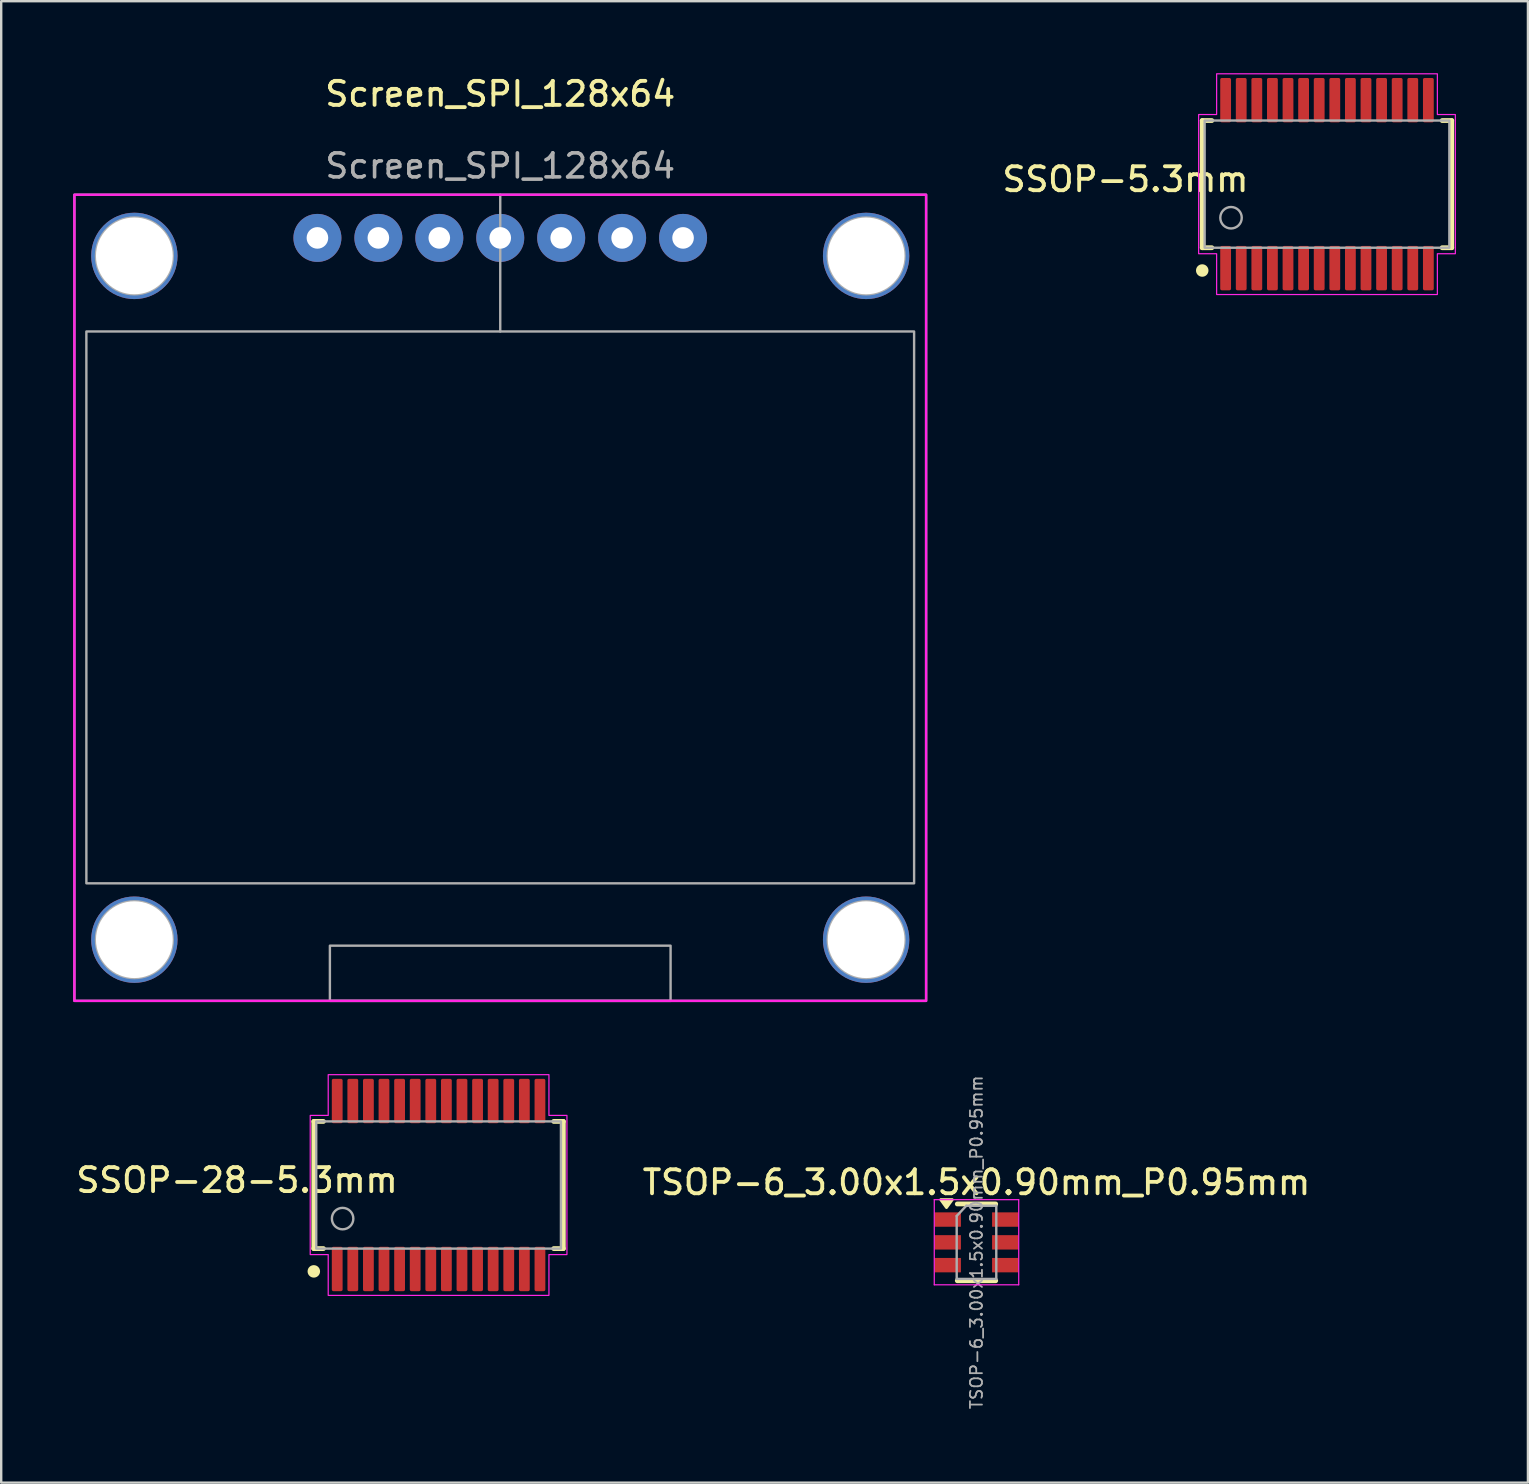
<source format=kicad_pcb>
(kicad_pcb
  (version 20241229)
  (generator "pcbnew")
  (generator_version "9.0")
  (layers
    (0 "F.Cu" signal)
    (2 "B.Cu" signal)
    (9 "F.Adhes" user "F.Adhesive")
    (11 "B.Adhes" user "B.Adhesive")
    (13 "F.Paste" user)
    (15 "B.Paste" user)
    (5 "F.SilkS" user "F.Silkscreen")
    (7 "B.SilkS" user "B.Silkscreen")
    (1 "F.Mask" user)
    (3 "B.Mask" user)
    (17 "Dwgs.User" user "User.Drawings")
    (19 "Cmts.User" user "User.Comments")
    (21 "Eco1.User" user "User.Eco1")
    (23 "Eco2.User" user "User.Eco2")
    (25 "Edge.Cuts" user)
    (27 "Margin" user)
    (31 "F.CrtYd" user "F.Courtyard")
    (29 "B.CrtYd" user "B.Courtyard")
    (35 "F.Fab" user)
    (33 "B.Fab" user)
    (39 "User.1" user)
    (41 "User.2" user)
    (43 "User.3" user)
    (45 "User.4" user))
  (footprint "Screen_SPI_128x64"
    (layer "F.Cu")
    (at 17.8 21.866)
    (property "Reference" "Screen_SPI_128x64" (at 0 -21 0) (unlocked yes) (layer "F.SilkS") (effects (font (size 1 1) (thickness 0.16))))
    (attr through_hole)
    (fp_rect (start -17.75 -16.8) (end 17.75 16.8) (stroke (width 0.1) (type solid)) (fill no) (layer "F.CrtYd"))
    (fp_line (start 0 -16.8) (end 0 -11.1) (stroke (width 0.1) (type solid)) (layer "F.Fab"))
    (fp_rect (start -17.75 -16.8) (end 17.75 16.8) (stroke (width 0.1) (type solid)) (fill no) (layer "F.Fab"))
    (fp_rect (start -17.25 -11.1) (end 17.25 11.9) (stroke (width 0.1) (type solid)) (fill no) (layer "F.Fab"))
    (fp_rect (start -7.1 14.5) (end 7.1 16.8) (stroke (width 0.1) (type solid)) (fill no) (layer "F.Fab"))
    (fp_circle (center -15.25 -14.25) (end -13.65 -14.25) (stroke (width 0.1) (type solid)) (fill no) (layer "F.Fab"))
    (fp_circle (center -15.25 14.25) (end -13.65 14.25) (stroke (width 0.1) (type solid)) (fill no) (layer "F.Fab"))
    (fp_circle (center 15.25 -14.25) (end 16.85 -14.25) (stroke (width 0.1) (type solid)) (fill no) (layer "F.Fab"))
    (fp_circle (center 15.25 14.25) (end 16.85 14.25) (stroke (width 0.1) (type solid)) (fill no) (layer "F.Fab"))
    (fp_text user "${REFERENCE}" (at 0 -18 0) (unlocked yes) (layer "F.Fab") (effects (font (size 1 1) (thickness 0.15))))
    (pad "1" thru_hole circle (at -7.62 -15) (size 2 2) (drill 0.9) (layers "*.Cu" "*.Mask"))
    (pad "2" thru_hole circle (at -5.08 -15) (size 2 2) (drill 0.9) (layers "*.Cu" "*.Mask"))
    (pad "3" thru_hole circle (at -2.54 -15) (size 2 2) (drill 0.9) (layers "*.Cu" "*.Mask"))
    (pad "4" thru_hole circle (at 0 -15) (size 2 2) (drill 0.9) (layers "*.Cu" "*.Mask"))
    (pad "5" thru_hole circle (at 2.54 -15) (size 2 2) (drill 0.9) (layers "*.Cu" "*.Mask"))
    (pad "6" thru_hole circle (at 5.08 -15) (size 2 2) (drill 0.9) (layers "*.Cu" "*.Mask"))
    (pad "7" thru_hole circle (at 7.62 -15) (size 2 2) (drill 0.9) (layers "*.Cu" "*.Mask"))
    (pad "8" thru_hole circle (at -15.25 -14.25) (size 3.6 3.6) (drill 3.2) (property pad_prop_castellated) (layers "*.Cu" "*.Mask"))
    (pad "9" thru_hole circle (at 15.25 -14.25) (size 3.6 3.6) (drill 3.2) (property pad_prop_castellated) (layers "*.Cu" "*.Mask"))
    (pad "10" thru_hole circle (at -15.25 14.25) (size 3.6 3.6) (drill 3.2) (property pad_prop_castellated) (layers "*.Cu" "*.Mask"))
    (pad "11" thru_hole circle (at 15.25 14.25) (size 3.6 3.6) (drill 3.2) (property pad_prop_castellated) (layers "*.Cu" "*.Mask")))
  (footprint "TSOP-6_3.00x1.5x0.90mm_P0.95mm"
    (layer "F.Cu")
    (at 37.65 48.731)
    (property "Reference" "TSOP-6_3.00x1.5x0.90mm_P0.95mm" (at 0 -2.5 0) (layer "F.SilkS") (effects (font (size 1 1) (thickness 0.16))))
    (attr smd)
    (fp_line (start -0.8 -1.6) (end 0.8 -1.6) (stroke (width 0.2) (type solid)) (layer "F.SilkS"))
    (fp_line (start -0.8 1.6) (end 0.8 1.6) (stroke (width 0.2) (type solid)) (layer "F.SilkS"))
    (fp_poly (pts (xy -1.25 -1.45) (xy -1.49 -1.78) (xy -1.01 -1.78) (xy -1.25 -1.45)) (stroke (width 0.12) (type solid)) (fill yes) (layer "F.SilkS"))
    (fp_line (start -1.76 -1.78) (end -1.76 1.77) (stroke (width 0.05) (type solid)) (layer "F.CrtYd"))
    (fp_line (start -1.76 -1.78) (end 1.76 -1.78) (stroke (width 0.05) (type solid)) (layer "F.CrtYd"))
    (fp_line (start 1.76 1.77) (end -1.76 1.77) (stroke (width 0.05) (type solid)) (layer "F.CrtYd"))
    (fp_line (start 1.76 1.77) (end 1.76 -1.78) (stroke (width 0.05) (type solid)) (layer "F.CrtYd"))
    (fp_line (start -0.825 -1.1) (end -0.825 1.525) (stroke (width 0.1) (type solid)) (layer "F.Fab"))
    (fp_line (start -0.825 -1.1) (end -0.425 -1.525) (stroke (width 0.1) (type solid)) (layer "F.Fab"))
    (fp_line (start 0.825 -1.525) (end -0.425 -1.525) (stroke (width 0.1) (type solid)) (layer "F.Fab"))
    (fp_line (start 0.825 -1.525) (end 0.825 1.525) (stroke (width 0.1) (type solid)) (layer "F.Fab"))
    (fp_line (start 0.825 1.525) (end -0.825 1.525) (stroke (width 0.1) (type solid)) (layer "F.Fab"))
    (fp_text user "${REFERENCE}" (at 0 0 90) (layer "F.Fab") (effects (font (size 0.5 0.5) (thickness 0.075))))
    (pad "1" smd rect (at -1.2 -0.95) (size 1.1 0.6) (layers "F.Cu" "F.Mask" "F.Paste"))
    (pad "2" smd rect (at -1.2 0) (size 1.1 0.6) (layers "F.Cu" "F.Mask" "F.Paste"))
    (pad "3" smd rect (at -1.2 0.95) (size 1.1 0.6) (layers "F.Cu" "F.Mask" "F.Paste"))
    (pad "4" smd rect (at 1.2 0.95) (size 1.1 0.6) (layers "F.Cu" "F.Mask" "F.Paste"))
    (pad "5" smd rect (at 1.2 0) (size 1.1 0.6) (layers "F.Cu" "F.Mask" "F.Paste"))
    (pad "6" smd rect (at 1.2 -0.95) (size 1.1 0.6) (layers "F.Cu" "F.Mask" "F.Paste")))
  (footprint "SSOP-5.3mm"
    (layer "F.Cu")
    (at 52.259 4.625)
    (property "Reference" "SSOP-5.3mm" (at -8.4 -0.2 0) (unlocked yes) (layer "F.SilkS") (effects (font (size 1 1) (thickness 0.16))))
    (attr smd)
    (fp_line (start -5.2 -2.65) (end -4.8 -2.65) (stroke (width 0.2) (type solid)) (layer "F.SilkS"))
    (fp_line (start -5.2 2.65) (end -5.2 -2.65) (stroke (width 0.2) (type solid)) (layer "F.SilkS"))
    (fp_line (start -5.2 2.65) (end -4.8 2.65) (stroke (width 0.2) (type solid)) (layer "F.SilkS"))
    (fp_line (start 4.8 -2.65) (end 5.2 -2.65) (stroke (width 0.2) (type solid)) (layer "F.SilkS"))
    (fp_line (start 4.8 2.65) (end 5.2 2.65) (stroke (width 0.2) (type solid)) (layer "F.SilkS"))
    (fp_line (start 5.2 2.65) (end 5.2 -2.65) (stroke (width 0.2) (type solid)) (layer "F.SilkS"))
    (fp_circle (center -5.2 3.6) (end -5.04 3.6) (stroke (width 0.2) (type solid)) (fill yes) (layer "F.SilkS"))
    (fp_poly (pts (xy -5.35 -2.9) (xy -4.6 -2.9) (xy -4.6 -4.6) (xy 4.6 -4.6) (xy 4.6 -2.9) (xy 5.35 -2.9) (xy 5.35 2.9) (xy 4.6 2.9) (xy 4.6 4.6) (xy -4.6 4.6) (xy -4.6 2.9) (xy -5.35 2.9)) (stroke (width 0.05) (type solid)) (fill no) (layer "F.CrtYd"))
    (fp_rect (start -5.1 -2.65) (end 5.1 2.65) (stroke (width 0.1) (type solid)) (fill no) (layer "F.Fab"))
    (fp_circle (center -4 1.4) (end -4.4 1.6) (stroke (width 0.1) (type default)) (fill no) (layer "F.Fab"))
    (pad "1" smd roundrect (at -4.225 3.5) (size 0.45 1.85) (layers "F.Cu" "F.Mask" "F.Paste") (roundrect_rratio 0.15))
    (pad "2" smd roundrect (at -3.575 3.5) (size 0.45 1.85) (layers "F.Cu" "F.Mask" "F.Paste") (roundrect_rratio 0.15))
    (pad "3" smd roundrect (at -2.925 3.5) (size 0.45 1.85) (layers "F.Cu" "F.Mask" "F.Paste") (roundrect_rratio 0.15))
    (pad "4" smd roundrect (at -2.275 3.5) (size 0.45 1.85) (layers "F.Cu" "F.Mask" "F.Paste") (roundrect_rratio 0.15))
    (pad "5" smd roundrect (at -1.625 3.5) (size 0.45 1.85) (layers "F.Cu" "F.Mask" "F.Paste") (roundrect_rratio 0.15))
    (pad "6" smd roundrect (at -0.975 3.5) (size 0.45 1.85) (layers "F.Cu" "F.Mask" "F.Paste") (roundrect_rratio 0.15))
    (pad "7" smd roundrect (at -0.325 3.5) (size 0.45 1.85) (layers "F.Cu" "F.Mask" "F.Paste") (roundrect_rratio 0.15))
    (pad "8" smd roundrect (at 0.325 3.5) (size 0.45 1.85) (layers "F.Cu" "F.Mask" "F.Paste") (roundrect_rratio 0.15))
    (pad "9" smd roundrect (at 0.975 3.5) (size 0.45 1.85) (layers "F.Cu" "F.Mask" "F.Paste") (roundrect_rratio 0.15))
    (pad "10" smd roundrect (at 1.625 3.5) (size 0.45 1.85) (layers "F.Cu" "F.Mask" "F.Paste") (roundrect_rratio 0.15))
    (pad "11" smd roundrect (at 2.275 3.5) (size 0.45 1.85) (layers "F.Cu" "F.Mask" "F.Paste") (roundrect_rratio 0.15))
    (pad "12" smd roundrect (at 2.925 3.5) (size 0.45 1.85) (layers "F.Cu" "F.Mask" "F.Paste") (roundrect_rratio 0.15))
    (pad "13" smd roundrect (at 3.575 3.5) (size 0.45 1.85) (layers "F.Cu" "F.Mask" "F.Paste") (roundrect_rratio 0.15))
    (pad "14" smd roundrect (at 4.225 3.5) (size 0.45 1.85) (layers "F.Cu" "F.Mask" "F.Paste") (roundrect_rratio 0.15))
    (pad "15" smd roundrect (at 4.225 -3.5) (size 0.45 1.85) (layers "F.Cu" "F.Mask" "F.Paste") (roundrect_rratio 0.15))
    (pad "16" smd roundrect (at 3.575 -3.5) (size 0.45 1.85) (layers "F.Cu" "F.Mask" "F.Paste") (roundrect_rratio 0.15))
    (pad "17" smd roundrect (at 2.925 -3.5) (size 0.45 1.85) (layers "F.Cu" "F.Mask" "F.Paste") (roundrect_rratio 0.15))
    (pad "18" smd roundrect (at 2.275 -3.5) (size 0.45 1.85) (layers "F.Cu" "F.Mask" "F.Paste") (roundrect_rratio 0.15))
    (pad "19" smd roundrect (at 1.625 -3.5) (size 0.45 1.85) (layers "F.Cu" "F.Mask" "F.Paste") (roundrect_rratio 0.15))
    (pad "20" smd roundrect (at 0.975 -3.5) (size 0.45 1.85) (layers "F.Cu" "F.Mask" "F.Paste") (roundrect_rratio 0.15))
    (pad "21" smd roundrect (at 0.325 -3.5) (size 0.45 1.85) (layers "F.Cu" "F.Mask" "F.Paste") (roundrect_rratio 0.15))
    (pad "22" smd roundrect (at -0.325 -3.5) (size 0.45 1.85) (layers "F.Cu" "F.Mask" "F.Paste") (roundrect_rratio 0.15))
    (pad "23" smd roundrect (at -0.975 -3.5) (size 0.45 1.85) (layers "F.Cu" "F.Mask" "F.Paste") (roundrect_rratio 0.15))
    (pad "24" smd roundrect (at -1.625 -3.5) (size 0.45 1.85) (layers "F.Cu" "F.Mask" "F.Paste") (roundrect_rratio 0.15))
    (pad "25" smd roundrect (at -2.275 -3.5) (size 0.45 1.85) (layers "F.Cu" "F.Mask" "F.Paste") (roundrect_rratio 0.15))
    (pad "26" smd roundrect (at -2.925 -3.5) (size 0.45 1.85) (layers "F.Cu" "F.Mask" "F.Paste") (roundrect_rratio 0.15))
    (pad "27" smd roundrect (at -3.575 -3.5) (size 0.45 1.85) (layers "F.Cu" "F.Mask" "F.Paste") (roundrect_rratio 0.15))
    (pad "28" smd roundrect (at -4.225 -3.5) (size 0.45 1.85) (layers "F.Cu" "F.Mask" "F.Paste") (roundrect_rratio 0.15)))
  (footprint "SSOP-28-5.3mm"
    (layer "F.Cu")
    (at 15.23 46.341)
    (property "Reference" "SSOP-28-5.3mm" (at -8.4 -0.2 0) (unlocked yes) (layer "F.SilkS") (effects (font (size 1 1) (thickness 0.16))))
    (attr smd)
    (fp_line (start -5.2 -2.65) (end -4.8 -2.65) (stroke (width 0.2) (type solid)) (layer "F.SilkS"))
    (fp_line (start -5.2 2.65) (end -5.2 -2.65) (stroke (width 0.2) (type solid)) (layer "F.SilkS"))
    (fp_line (start -5.2 2.65) (end -4.8 2.65) (stroke (width 0.2) (type solid)) (layer "F.SilkS"))
    (fp_line (start 4.8 -2.65) (end 5.2 -2.65) (stroke (width 0.2) (type solid)) (layer "F.SilkS"))
    (fp_line (start 4.8 2.65) (end 5.2 2.65) (stroke (width 0.2) (type solid)) (layer "F.SilkS"))
    (fp_line (start 5.2 2.65) (end 5.2 -2.65) (stroke (width 0.2) (type solid)) (layer "F.SilkS"))
    (fp_circle (center -5.2 3.6) (end -5.04 3.6) (stroke (width 0.2) (type solid)) (fill yes) (layer "F.SilkS"))
    (fp_poly (pts (xy -5.35 -2.9) (xy -4.6 -2.9) (xy -4.6 -4.6) (xy 4.6 -4.6) (xy 4.6 -2.9) (xy 5.35 -2.9) (xy 5.35 2.9) (xy 4.6 2.9) (xy 4.6 4.6) (xy -4.6 4.6) (xy -4.6 2.9) (xy -5.35 2.9)) (stroke (width 0.05) (type solid)) (fill no) (layer "F.CrtYd"))
    (fp_rect (start -5.1 -2.65) (end 5.1 2.65) (stroke (width 0.1) (type solid)) (fill no) (layer "F.Fab"))
    (fp_circle (center -4 1.4) (end -4.4 1.6) (stroke (width 0.1) (type default)) (fill no) (layer "F.Fab"))
    (pad "1" smd roundrect (at -4.225 3.5) (size 0.45 1.85) (layers "F.Cu" "F.Mask" "F.Paste") (roundrect_rratio 0.15))
    (pad "2" smd roundrect (at -3.575 3.5) (size 0.45 1.85) (layers "F.Cu" "F.Mask" "F.Paste") (roundrect_rratio 0.15))
    (pad "3" smd roundrect (at -2.925 3.5) (size 0.45 1.85) (layers "F.Cu" "F.Mask" "F.Paste") (roundrect_rratio 0.15))
    (pad "4" smd roundrect (at -2.275 3.5) (size 0.45 1.85) (layers "F.Cu" "F.Mask" "F.Paste") (roundrect_rratio 0.15))
    (pad "5" smd roundrect (at -1.625 3.5) (size 0.45 1.85) (layers "F.Cu" "F.Mask" "F.Paste") (roundrect_rratio 0.15))
    (pad "6" smd roundrect (at -0.975 3.5) (size 0.45 1.85) (layers "F.Cu" "F.Mask" "F.Paste") (roundrect_rratio 0.15))
    (pad "7" smd roundrect (at -0.325 3.5) (size 0.45 1.85) (layers "F.Cu" "F.Mask" "F.Paste") (roundrect_rratio 0.15))
    (pad "8" smd roundrect (at 0.325 3.5) (size 0.45 1.85) (layers "F.Cu" "F.Mask" "F.Paste") (roundrect_rratio 0.15))
    (pad "9" smd roundrect (at 0.975 3.5) (size 0.45 1.85) (layers "F.Cu" "F.Mask" "F.Paste") (roundrect_rratio 0.15))
    (pad "10" smd roundrect (at 1.625 3.5) (size 0.45 1.85) (layers "F.Cu" "F.Mask" "F.Paste") (roundrect_rratio 0.15))
    (pad "11" smd roundrect (at 2.275 3.5) (size 0.45 1.85) (layers "F.Cu" "F.Mask" "F.Paste") (roundrect_rratio 0.15))
    (pad "12" smd roundrect (at 2.925 3.5) (size 0.45 1.85) (layers "F.Cu" "F.Mask" "F.Paste") (roundrect_rratio 0.15))
    (pad "13" smd roundrect (at 3.575 3.5) (size 0.45 1.85) (layers "F.Cu" "F.Mask" "F.Paste") (roundrect_rratio 0.15))
    (pad "14" smd roundrect (at 4.225 3.5) (size 0.45 1.85) (layers "F.Cu" "F.Mask" "F.Paste") (roundrect_rratio 0.15))
    (pad "15" smd roundrect (at 4.225 -3.5) (size 0.45 1.85) (layers "F.Cu" "F.Mask" "F.Paste") (roundrect_rratio 0.15))
    (pad "16" smd roundrect (at 3.575 -3.5) (size 0.45 1.85) (layers "F.Cu" "F.Mask" "F.Paste") (roundrect_rratio 0.15))
    (pad "17" smd roundrect (at 2.925 -3.5) (size 0.45 1.85) (layers "F.Cu" "F.Mask" "F.Paste") (roundrect_rratio 0.15))
    (pad "18" smd roundrect (at 2.275 -3.5) (size 0.45 1.85) (layers "F.Cu" "F.Mask" "F.Paste") (roundrect_rratio 0.15))
    (pad "19" smd roundrect (at 1.625 -3.5) (size 0.45 1.85) (layers "F.Cu" "F.Mask" "F.Paste") (roundrect_rratio 0.15))
    (pad "20" smd roundrect (at 0.975 -3.5) (size 0.45 1.85) (layers "F.Cu" "F.Mask" "F.Paste") (roundrect_rratio 0.15))
    (pad "21" smd roundrect (at 0.325 -3.5) (size 0.45 1.85) (layers "F.Cu" "F.Mask" "F.Paste") (roundrect_rratio 0.15))
    (pad "22" smd roundrect (at -0.325 -3.5) (size 0.45 1.85) (layers "F.Cu" "F.Mask" "F.Paste") (roundrect_rratio 0.15))
    (pad "23" smd roundrect (at -0.975 -3.5) (size 0.45 1.85) (layers "F.Cu" "F.Mask" "F.Paste") (roundrect_rratio 0.15))
    (pad "24" smd roundrect (at -1.625 -3.5) (size 0.45 1.85) (layers "F.Cu" "F.Mask" "F.Paste") (roundrect_rratio 0.15))
    (pad "25" smd roundrect (at -2.275 -3.5) (size 0.45 1.85) (layers "F.Cu" "F.Mask" "F.Paste") (roundrect_rratio 0.15))
    (pad "26" smd roundrect (at -2.925 -3.5) (size 0.45 1.85) (layers "F.Cu" "F.Mask" "F.Paste") (roundrect_rratio 0.15))
    (pad "27" smd roundrect (at -3.575 -3.5) (size 0.45 1.85) (layers "F.Cu" "F.Mask" "F.Paste") (roundrect_rratio 0.15))
    (pad "28" smd roundrect (at -4.225 -3.5) (size 0.45 1.85) (layers "F.Cu" "F.Mask" "F.Paste") (roundrect_rratio 0.15)))
  (gr_rect
    (start -3 -3)
    (end 60.634 58.746)
    (stroke (width 0.1) (type default))
    (fill no)
    (layer "Edge.Cuts")))
</source>
